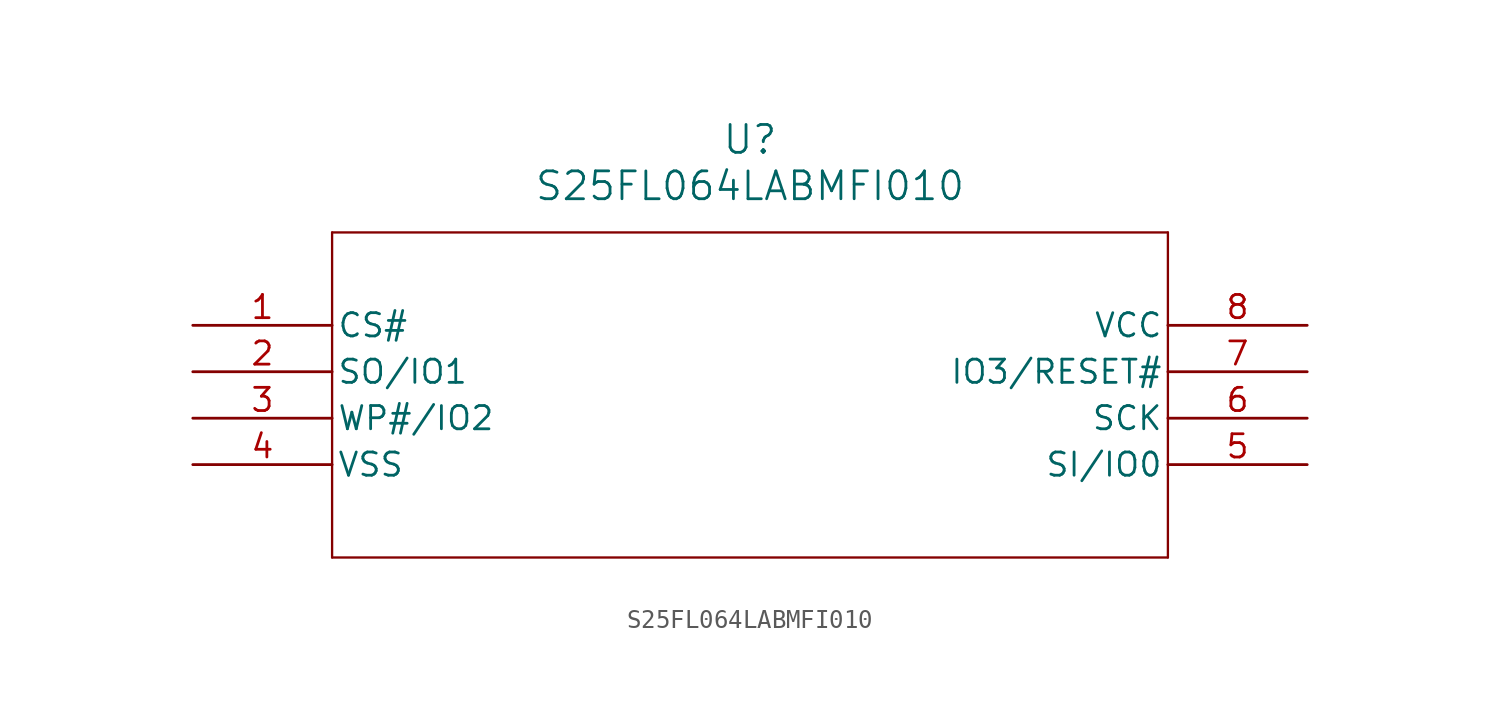
<source format=kicad_sym>
(kicad_symbol_lib
  (version 20211014)
  (generator kicad_symbol_editor)
  (symbol "S25FL064LABMFI010"
    (pin_names
      (offset 0.254))
    (property "Reference" "U"
      (at 30.48 10.16 0)
      (effects (font (size 1.524 1.524))))
    (property "Value" "S25FL064LABMFI010"
      (at 30.48 7.62 0)
      (effects (font (size 1.524 1.524))))
    (symbol "S25FL064LABMFI010_0_1"
      (polyline (pts (xy 7.62 5.08) (xy 7.62 -12.7)) (stroke (width 0.127) (type default) (color 0 0 0 0)) (fill (type none)))
      (polyline (pts (xy 7.62 -12.7) (xy 53.34 -12.7)) (stroke (width 0.127) (type default) (color 0 0 0 0)) (fill (type none)))
      (polyline (pts (xy 53.34 -12.7) (xy 53.34 5.08)) (stroke (width 0.127) (type default) (color 0 0 0 0)) (fill (type none)))
      (polyline (pts (xy 53.34 5.08) (xy 7.62 5.08)) (stroke (width 0.127) (type default) (color 0 0 0 0)) (fill (type none)))
      (pin input line (at 0 0 0) (length 7.62) (name "CS#" (effects (font (size 1.27 1.27)))) (number "1" (effects (font (size 1.27 1.27)))))
      (pin bidirectional line (at 0 -2.54 0) (length 7.62) (name "SO/IO1" (effects (font (size 1.27 1.27)))) (number "2" (effects (font (size 1.27 1.27)))))
      (pin bidirectional line (at 0 -5.08 0) (length 7.62) (name "WP#/IO2" (effects (font (size 1.27 1.27)))) (number "3" (effects (font (size 1.27 1.27)))))
      (pin power_out line (at 0 -7.62 0) (length 7.62) (name "VSS" (effects (font (size 1.27 1.27)))) (number "4" (effects (font (size 1.27 1.27)))))
      (pin bidirectional line (at 60.96 -7.62 180) (length 7.62) (name "SI/IO0" (effects (font (size 1.27 1.27)))) (number "5" (effects (font (size 1.27 1.27)))))
      (pin input line (at 60.96 -5.08 180) (length 7.62) (name "SCK" (effects (font (size 1.27 1.27)))) (number "6" (effects (font (size 1.27 1.27)))))
      (pin bidirectional line (at 60.96 -2.54 180) (length 7.62) (name "IO3/RESET#" (effects (font (size 1.27 1.27)))) (number "7" (effects (font (size 1.27 1.27)))))
      (pin power_in line (at 60.96 0 180) (length 7.62) (name "VCC" (effects (font (size 1.27 1.27)))) (number "8" (effects (font (size 1.27 1.27))))))))
</source>
